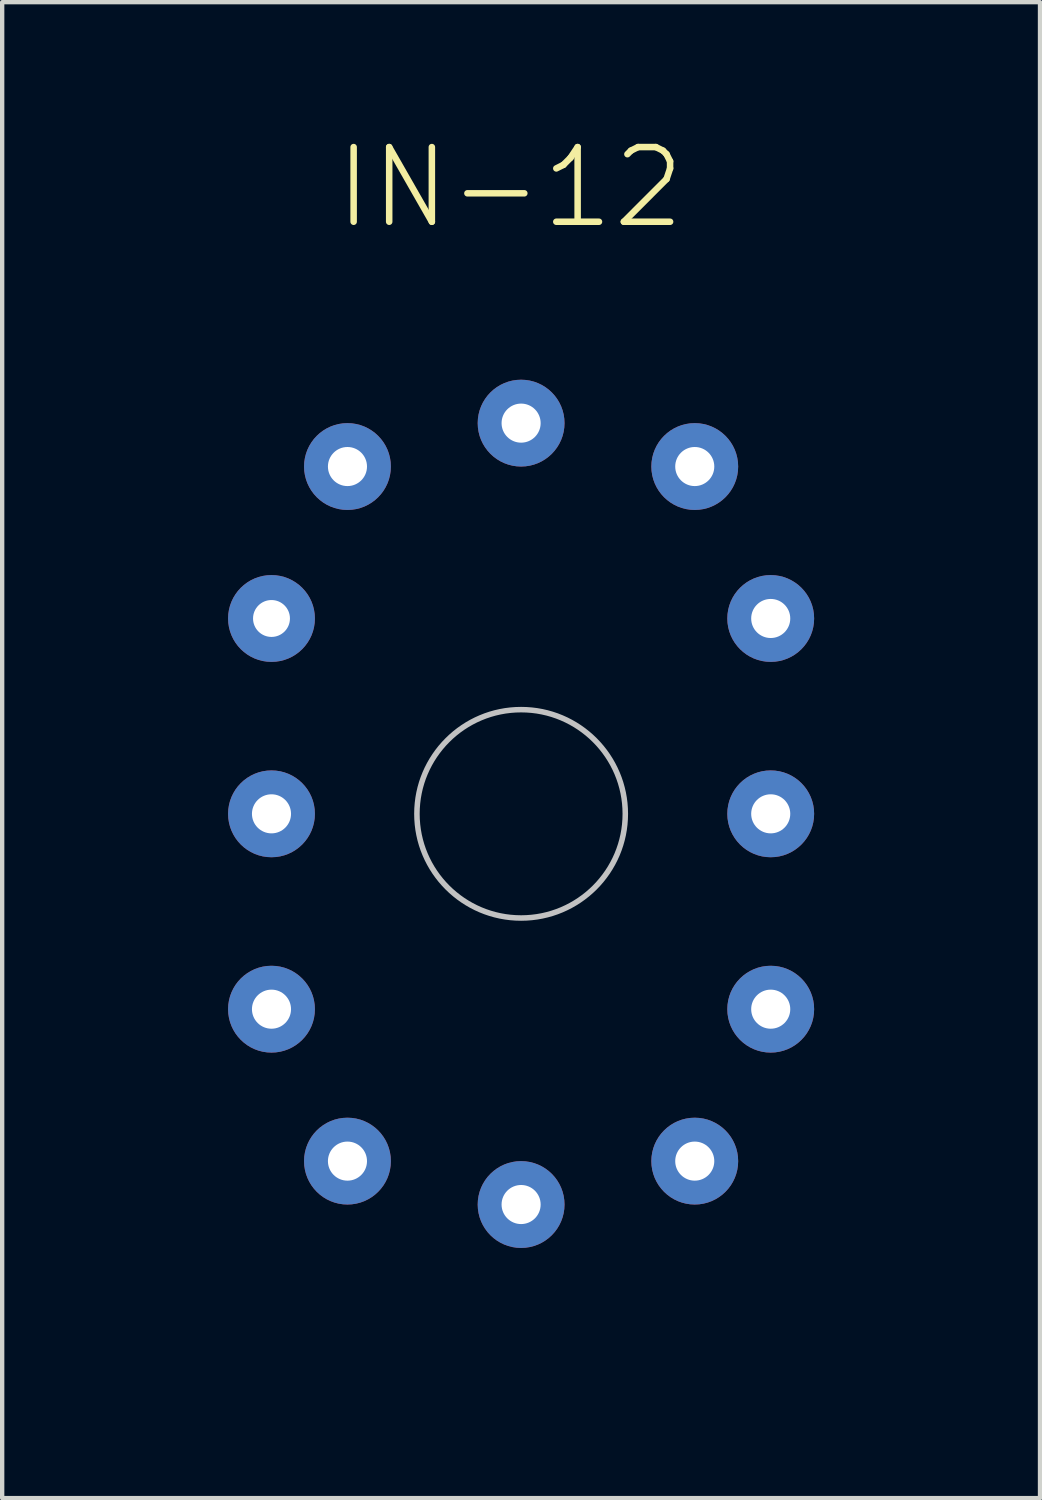
<source format=kicad_pcb>
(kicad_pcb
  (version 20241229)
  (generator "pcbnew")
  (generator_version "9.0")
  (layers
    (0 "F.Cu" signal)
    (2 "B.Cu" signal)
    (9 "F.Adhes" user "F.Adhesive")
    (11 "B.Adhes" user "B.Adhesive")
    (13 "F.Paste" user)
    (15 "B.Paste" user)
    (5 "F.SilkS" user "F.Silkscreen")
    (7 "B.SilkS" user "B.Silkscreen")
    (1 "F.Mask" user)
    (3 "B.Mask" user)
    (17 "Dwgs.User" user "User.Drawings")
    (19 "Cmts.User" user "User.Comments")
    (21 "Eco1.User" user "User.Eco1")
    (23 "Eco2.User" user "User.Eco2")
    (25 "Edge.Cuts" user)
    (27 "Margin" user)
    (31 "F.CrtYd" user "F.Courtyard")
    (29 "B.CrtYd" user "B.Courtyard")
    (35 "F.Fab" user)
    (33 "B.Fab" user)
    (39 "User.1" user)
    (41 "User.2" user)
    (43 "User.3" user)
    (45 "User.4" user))
  (footprint "IN-12"
    (layer "F.Cu")
    (at 8.954 15.697)
    (property "Reference" "IN-12" (at -0.254 -14.427 0) (layer "F.SilkS") (effects (font (size 1.72 1.72) (thickness 0.15))))
    (attr through_hole)
    (fp_poly (pts (xy -8.89 5.08) (xy -8.89 -8.89) (xy -8.885 -9.089) (xy -8.869 -9.288) (xy -8.843 -9.486) (xy -8.807 -9.682) (xy -8.76 -9.876) (xy -8.704 -10.067) (xy -8.637 -10.255) (xy -8.561 -10.44) (xy -8.475 -10.62) (xy -8.38 -10.795) (xy -8.275 -10.965) (xy -8.162 -11.129) (xy -8.041 -11.288) (xy -7.911 -11.439) (xy -7.774 -11.584) (xy -7.629 -11.721) (xy -7.478 -11.851) (xy -7.319 -11.972) (xy -7.155 -12.085) (xy -6.985 -12.19) (xy -6.81 -12.285) (xy -6.63 -12.371) (xy -6.445 -12.447) (xy -6.257 -12.514) (xy -6.066 -12.57) (xy -5.872 -12.617) (xy -5.676 -12.653) (xy -5.478 -12.679) (xy -5.279 -12.695) (xy -5.08 -12.7) (xy 3.81 -12.7) (xy 4.076 -12.693) (xy 4.341 -12.672) (xy 4.605 -12.637) (xy 4.866 -12.589) (xy 5.125 -12.527) (xy 5.38 -12.451) (xy 5.631 -12.363) (xy 5.876 -12.261) (xy 6.116 -12.146) (xy 6.35 -12.019) (xy 6.577 -11.88) (xy 6.796 -11.73) (xy 7.007 -11.568) (xy 7.209 -11.395) (xy 7.402 -11.212) (xy 7.585 -11.019) (xy 7.758 -10.817) (xy 7.92 -10.606) (xy 8.07 -10.387) (xy 8.209 -10.16) (xy 8.336 -9.926) (xy 8.451 -9.686) (xy 8.553 -9.441) (xy 8.641 -9.19) (xy 8.717 -8.935) (xy 8.779 -8.676) (xy 8.827 -8.415) (xy 8.862 -8.151) (xy 8.883 -7.886) (xy 8.89 -7.62) (xy 8.89 -1.27) (xy 8.89 6.35) (xy 8.89 8.89) (xy 8.885 9.089) (xy 8.869 9.288) (xy 8.843 9.486) (xy 8.807 9.682) (xy 8.76 9.876) (xy 8.704 10.067) (xy 8.637 10.255) (xy 8.561 10.44) (xy 8.475 10.62) (xy 8.38 10.795) (xy 8.275 10.965) (xy 8.162 11.129) (xy 8.041 11.288) (xy 7.911 11.439) (xy 7.774 11.584) (xy 7.629 11.721) (xy 7.478 11.851) (xy 7.319 11.972) (xy 7.155 12.085) (xy 6.985 12.19) (xy 6.81 12.285) (xy 6.63 12.371) (xy 6.445 12.447) (xy 6.257 12.514) (xy 6.066 12.57) (xy 5.872 12.617) (xy 5.676 12.653) (xy 5.478 12.679) (xy 5.279 12.695) (xy 5.08 12.7) (xy -3.81 12.7) (xy -5.08 12.7) (xy -5.279 12.695) (xy -5.478 12.679) (xy -5.676 12.653) (xy -5.872 12.617) (xy -6.066 12.57) (xy -6.257 12.514) (xy -6.445 12.447) (xy -6.63 12.371) (xy -6.81 12.285) (xy -6.985 12.19) (xy -7.155 12.085) (xy -7.319 11.972) (xy -7.478 11.851) (xy -7.629 11.721) (xy -7.774 11.584) (xy -7.911 11.439) (xy -8.041 11.288) (xy -8.162 11.129) (xy -8.275 10.965) (xy -8.38 10.795) (xy -8.475 10.62) (xy -8.561 10.44) (xy -8.637 10.255) (xy -8.704 10.067) (xy -8.76 9.876) (xy -8.807 9.682) (xy -8.843 9.486) (xy -8.869 9.288) (xy -8.885 9.089) (xy -8.89 8.89) (xy -8.89 6.35) (xy -8.89 8.89) (xy -8.885 9.089) (xy -8.869 9.288) (xy -8.843 9.486) (xy -8.807 9.682) (xy -8.76 9.876) (xy -8.704 10.067) (xy -8.637 10.255) (xy -8.561 10.44) (xy -8.475 10.62) (xy -8.38 10.795) (xy -8.275 10.965) (xy -8.162 11.129) (xy -8.041 11.288) (xy -7.911 11.439) (xy -7.774 11.584) (xy -7.629 11.721) (xy -7.478 11.851) (xy -7.319 11.972) (xy -7.155 12.085) (xy -6.985 12.19) (xy -6.81 12.285) (xy -6.63 12.371) (xy -6.445 12.447) (xy -6.257 12.514) (xy -6.066 12.57) (xy -5.872 12.617) (xy -5.676 12.653) (xy -5.478 12.679) (xy -5.279 12.695) (xy -5.08 12.7) (xy 5.08 12.7) (xy 5.279 12.695) (xy 5.478 12.679) (xy 5.676 12.653) (xy 5.872 12.617) (xy 6.066 12.57) (xy 6.257 12.514) (xy 6.445 12.447) (xy 6.63 12.371) (xy 6.81 12.285) (xy 6.985 12.19) (xy 7.155 12.085) (xy 7.319 11.972) (xy 7.478 11.851) (xy 7.629 11.721) (xy 7.774 11.584) (xy 7.911 11.439) (xy 8.041 11.288) (xy 8.162 11.129) (xy 8.275 10.965) (xy 8.38 10.795) (xy 8.475 10.62) (xy 8.561 10.44) (xy 8.637 10.255) (xy 8.704 10.067) (xy 8.76 9.876) (xy 8.807 9.682) (xy 8.843 9.486) (xy 8.869 9.288) (xy 8.885 9.089) (xy 8.89 8.89) (xy 8.89 6.35) (xy 8.89 -7.62) (xy 8.883 -7.886) (xy 8.862 -8.151) (xy 8.827 -8.415) (xy 8.779 -8.676) (xy 8.717 -8.935) (xy 8.641 -9.19) (xy 8.553 -9.441) (xy 8.451 -9.686) (xy 8.336 -9.926) (xy 8.209 -10.16) (xy 8.07 -10.387) (xy 7.92 -10.606) (xy 7.758 -10.817) (xy 7.585 -11.019) (xy 7.402 -11.212) (xy 7.209 -11.395) (xy 7.007 -11.568) (xy 6.796 -11.73) (xy 6.577 -11.88) (xy 6.35 -12.019) (xy 6.116 -12.146) (xy 5.876 -12.261) (xy 5.631 -12.363) (xy 5.38 -12.451) (xy 5.125 -12.527) (xy 4.866 -12.589) (xy 4.605 -12.637) (xy 4.341 -12.672) (xy 4.076 -12.693) (xy 3.81 -12.7) (xy 1.27 -12.7) (xy -5.08 -12.7) (xy -5.279 -12.695) (xy -5.478 -12.679) (xy -5.676 -12.653) (xy -5.872 -12.617) (xy -6.066 -12.57) (xy -6.257 -12.514) (xy -6.445 -12.447) (xy -6.63 -12.371) (xy -6.81 -12.285) (xy -6.985 -12.19) (xy -7.155 -12.085) (xy -7.319 -11.972) (xy -7.478 -11.851) (xy -7.629 -11.721) (xy -7.774 -11.584) (xy -7.911 -11.439) (xy -8.041 -11.288) (xy -8.162 -11.129) (xy -8.275 -10.965) (xy -8.38 -10.795) (xy -8.475 -10.62) (xy -8.561 -10.44) (xy -8.637 -10.255) (xy -8.704 -10.067) (xy -8.76 -9.876) (xy -8.807 -9.682) (xy -8.843 -9.486) (xy -8.869 -9.288) (xy -8.885 -9.089) (xy -8.89 -8.89) (xy -8.89 -5.08) (xy -8.89 6.35) (xy -8.89 5.08)) (stroke (width 0.127) (type solid)) (fill yes) (layer "F.SilkS"))
    (fp_circle (center 0 0) (end 2.4 0) (stroke (width 0.127) (type solid)) (fill no) (layer "Dwgs.User"))
    (pad "0" thru_hole circle (at 5.75 4.5) (size 2 2) (drill 0.9) (layers "*.Cu" "*.Mask"))
    (pad "1" thru_hole circle (at -4 8) (size 2 2) (drill 0.9) (layers "*.Cu" "*.Mask"))
    (pad "2" thru_hole circle (at -5.75 4.5) (size 2 2) (drill 0.9) (layers "*.Cu" "*.Mask"))
    (pad "3" thru_hole circle (at -5.75 0) (size 2 2) (drill 0.9) (layers "*.Cu" "*.Mask"))
    (pad "4" thru_hole circle (at -5.75 -4.5) (size 2 2) (drill 0.85) (layers "*.Cu" "*.Mask"))
    (pad "5" thru_hole circle (at -4 -8) (size 2 2) (drill 0.9) (layers "*.Cu" "*.Mask"))
    (pad "6" thru_hole circle (at 0 -9) (size 2 2) (drill 0.9) (layers "*.Cu" "*.Mask"))
    (pad "7" thru_hole circle (at 4 -8) (size 2 2) (drill 0.9) (layers "*.Cu" "*.Mask"))
    (pad "8" thru_hole circle (at 5.75 -4.5) (size 2 2) (drill 0.9) (layers "*.Cu" "*.Mask"))
    (pad "9" thru_hole circle (at 5.75 0) (size 2 2) (drill 0.9) (layers "*.Cu" "*.Mask"))
    (pad "A" thru_hole circle (at 4 8) (size 2 2) (drill 0.9) (layers "*.Cu" "*.Mask"))
    (pad "DP" thru_hole circle (at 0 9) (size 2 2) (drill 0.9) (layers "*.Cu" "*.Mask")))
  (gr_rect
    (start -3 -3)
    (end 20.907 31.46)
    (stroke (width 0.1) (type default))
    (fill no)
    (layer "Edge.Cuts")))
</source>
